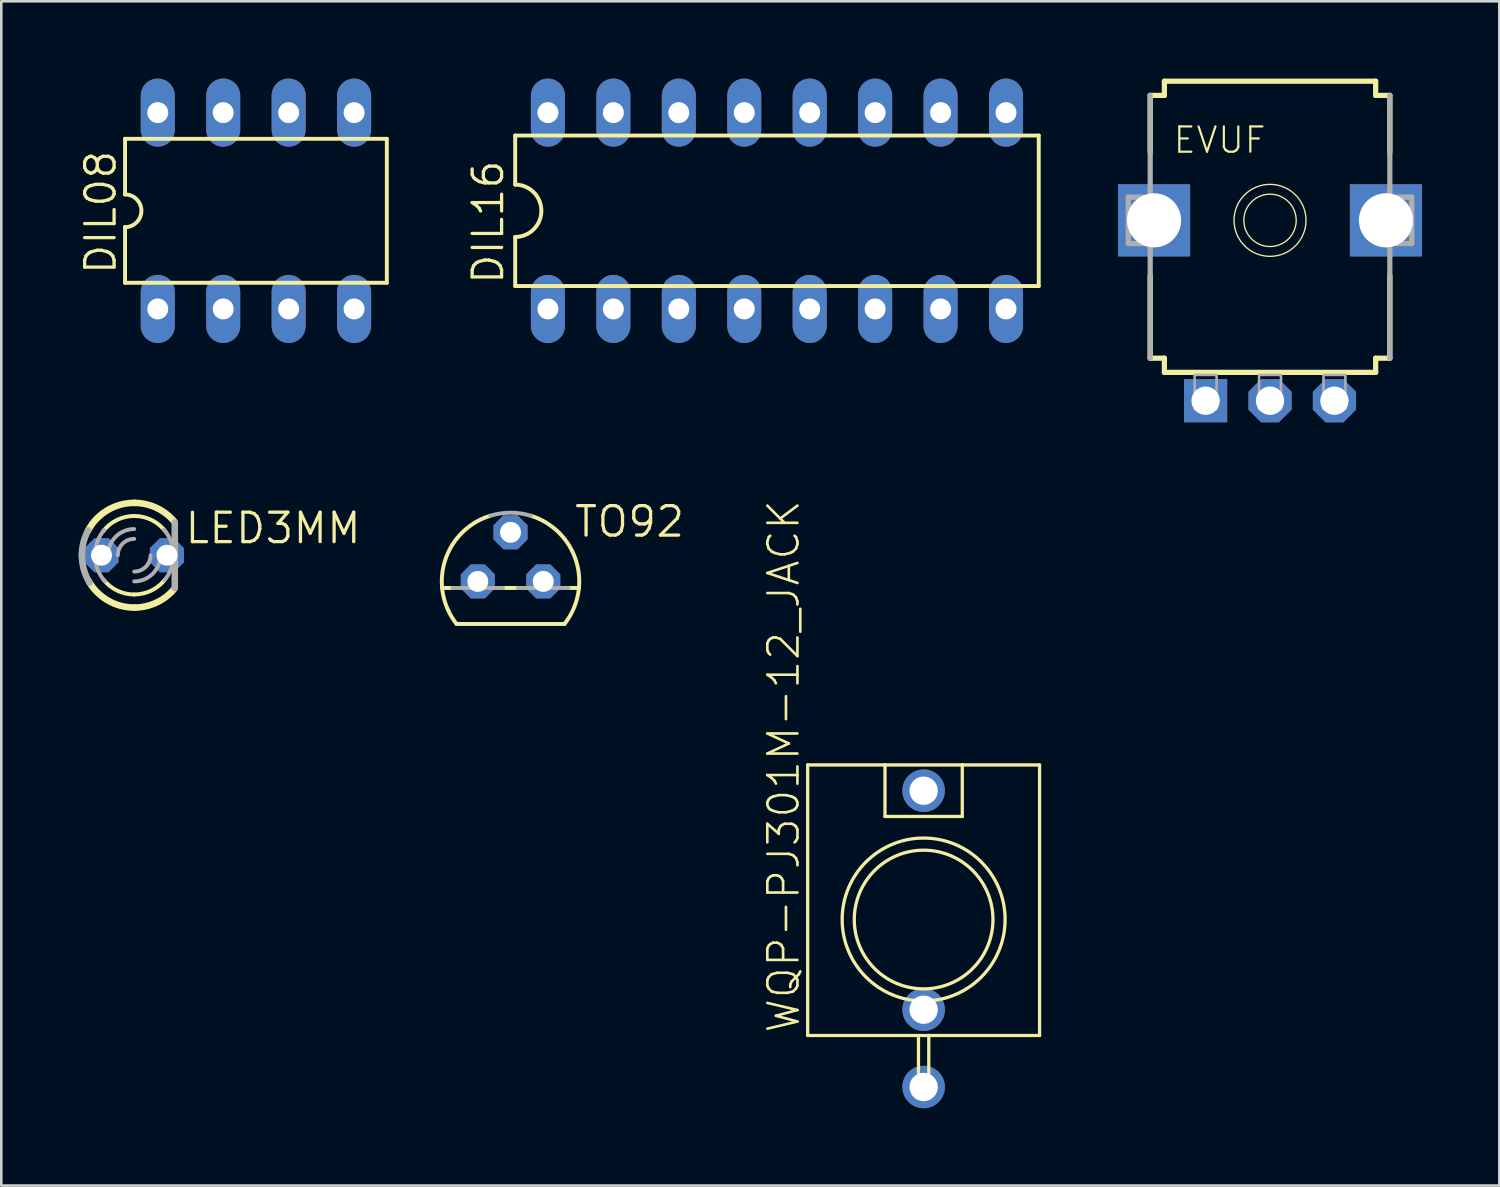
<source format=kicad_pcb>
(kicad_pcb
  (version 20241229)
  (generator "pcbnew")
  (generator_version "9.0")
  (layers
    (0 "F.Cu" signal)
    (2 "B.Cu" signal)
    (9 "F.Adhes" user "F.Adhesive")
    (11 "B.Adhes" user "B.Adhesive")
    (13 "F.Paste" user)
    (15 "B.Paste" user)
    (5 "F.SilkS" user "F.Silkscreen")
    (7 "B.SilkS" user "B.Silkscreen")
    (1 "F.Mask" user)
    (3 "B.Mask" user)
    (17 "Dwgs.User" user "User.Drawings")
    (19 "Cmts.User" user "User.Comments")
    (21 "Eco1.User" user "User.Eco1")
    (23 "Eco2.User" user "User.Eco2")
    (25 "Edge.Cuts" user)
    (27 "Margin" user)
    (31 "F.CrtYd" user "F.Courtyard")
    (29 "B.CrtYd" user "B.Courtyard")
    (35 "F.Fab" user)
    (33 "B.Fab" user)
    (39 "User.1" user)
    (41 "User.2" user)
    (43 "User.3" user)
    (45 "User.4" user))
  (footprint "DIL08"
    (layer "F.Cu")
    (at 6.883 5.131)
    (property "Reference" "DIL08" (at -5.359 2.54 90) (layer "F.SilkS") (effects (font (size 1.143 1.143) (thickness 0.127)) (justify left bottom)))
    (fp_line (start -5.08 -2.794) (end -5.08 -0.635) (stroke (width 0.152) (type solid)) (layer "F.SilkS"))
    (fp_line (start -5.08 0.635) (end -5.08 2.794) (stroke (width 0.152) (type solid)) (layer "F.SilkS"))
    (fp_line (start -5.08 2.794) (end 5.08 2.794) (stroke (width 0.152) (type solid)) (layer "F.SilkS"))
    (fp_line (start 5.08 -2.794) (end -5.08 -2.794) (stroke (width 0.152) (type solid)) (layer "F.SilkS"))
    (fp_line (start 5.08 2.794) (end 5.08 -2.794) (stroke (width 0.152) (type solid)) (layer "F.SilkS"))
    (fp_arc (start -5.08 -0.635) (mid -4.445 0) (end -5.08 0.635) (stroke (width 0.1524) (type solid)) (layer "F.SilkS"))
    (pad "1" thru_hole oval (at -3.81 3.81 90) (size 2.642 1.321) (drill 0.813) (layers "*.Cu" "*.Mask"))
    (pad "2" thru_hole oval (at -1.27 3.81 90) (size 2.642 1.321) (drill 0.813) (layers "*.Cu" "*.Mask"))
    (pad "3" thru_hole oval (at 1.27 3.81 90) (size 2.642 1.321) (drill 0.813) (layers "*.Cu" "*.Mask"))
    (pad "4" thru_hole oval (at 3.81 3.81 90) (size 2.642 1.321) (drill 0.813) (layers "*.Cu" "*.Mask"))
    (pad "5" thru_hole oval (at 3.81 -3.81 90) (size 2.642 1.321) (drill 0.813) (layers "*.Cu" "*.Mask"))
    (pad "6" thru_hole oval (at 1.27 -3.81 90) (size 2.642 1.321) (drill 0.813) (layers "*.Cu" "*.Mask"))
    (pad "7" thru_hole oval (at -1.27 -3.81 90) (size 2.642 1.321) (drill 0.813) (layers "*.Cu" "*.Mask"))
    (pad "8" thru_hole oval (at -3.81 -3.81 90) (size 2.642 1.321) (drill 0.813) (layers "*.Cu" "*.Mask")))
  (footprint "DIL16"
    (layer "F.Cu")
    (at 27.105 5.131)
    (property "Reference" "DIL16" (at -10.541 2.921 90) (layer "F.SilkS") (effects (font (size 1.143 1.143) (thickness 0.127)) (justify left bottom)))
    (fp_line (start -10.16 -2.921) (end -10.16 -1.016) (stroke (width 0.152) (type solid)) (layer "F.SilkS"))
    (fp_line (start -10.16 2.921) (end -10.16 1.016) (stroke (width 0.152) (type solid)) (layer "F.SilkS"))
    (fp_line (start -10.16 2.921) (end 10.16 2.921) (stroke (width 0.152) (type solid)) (layer "F.SilkS"))
    (fp_line (start 10.16 -2.921) (end -10.16 -2.921) (stroke (width 0.152) (type solid)) (layer "F.SilkS"))
    (fp_line (start 10.16 -2.921) (end 10.16 2.921) (stroke (width 0.152) (type solid)) (layer "F.SilkS"))
    (fp_arc (start -10.16 -1.016) (mid -9.144 0) (end -10.16 1.016) (stroke (width 0.1524) (type solid)) (layer "F.SilkS"))
    (pad "1" thru_hole oval (at -8.89 3.81 90) (size 2.642 1.321) (drill 0.813) (layers "*.Cu" "*.Mask"))
    (pad "2" thru_hole oval (at -6.35 3.81 90) (size 2.642 1.321) (drill 0.813) (layers "*.Cu" "*.Mask"))
    (pad "3" thru_hole oval (at -3.81 3.81 90) (size 2.642 1.321) (drill 0.813) (layers "*.Cu" "*.Mask"))
    (pad "4" thru_hole oval (at -1.27 3.81 90) (size 2.642 1.321) (drill 0.813) (layers "*.Cu" "*.Mask"))
    (pad "5" thru_hole oval (at 1.27 3.81 90) (size 2.642 1.321) (drill 0.813) (layers "*.Cu" "*.Mask"))
    (pad "6" thru_hole oval (at 3.81 3.81 90) (size 2.642 1.321) (drill 0.813) (layers "*.Cu" "*.Mask"))
    (pad "7" thru_hole oval (at 6.35 3.81 90) (size 2.642 1.321) (drill 0.813) (layers "*.Cu" "*.Mask"))
    (pad "8" thru_hole oval (at 8.89 3.81 90) (size 2.642 1.321) (drill 0.813) (layers "*.Cu" "*.Mask"))
    (pad "9" thru_hole oval (at 8.89 -3.81 90) (size 2.642 1.321) (drill 0.813) (layers "*.Cu" "*.Mask"))
    (pad "10" thru_hole oval (at 6.35 -3.81 90) (size 2.642 1.321) (drill 0.813) (layers "*.Cu" "*.Mask"))
    (pad "11" thru_hole oval (at 3.81 -3.81 90) (size 2.642 1.321) (drill 0.813) (layers "*.Cu" "*.Mask"))
    (pad "12" thru_hole oval (at 1.27 -3.81 90) (size 2.642 1.321) (drill 0.813) (layers "*.Cu" "*.Mask"))
    (pad "13" thru_hole oval (at -1.27 -3.81 90) (size 2.642 1.321) (drill 0.813) (layers "*.Cu" "*.Mask"))
    (pad "14" thru_hole oval (at -3.81 -3.81 90) (size 2.642 1.321) (drill 0.813) (layers "*.Cu" "*.Mask"))
    (pad "15" thru_hole oval (at -6.35 -3.81 90) (size 2.642 1.321) (drill 0.813) (layers "*.Cu" "*.Mask"))
    (pad "16" thru_hole oval (at -8.89 -3.81 90) (size 2.642 1.321) (drill 0.813) (layers "*.Cu" "*.Mask")))
  (footprint "WQP-PJ301M-12_JACK"
    (layer "F.Cu")
    (at 32.797 32.638)
    (property "Reference" "WQP-PJ301M-12_JACK" (at -4.75 4.47 90) (layer "F.SilkS") (effects (font (size 1.168 1.168) (thickness 0.102)) (justify left bottom)))
    (fp_line (start -4.5 -6) (end -4.5 4.5) (stroke (width 0.127) (type solid)) (layer "F.SilkS"))
    (fp_line (start -4.5 -6) (end -1.5 -6) (stroke (width 0.127) (type solid)) (layer "F.SilkS"))
    (fp_line (start -4.5 4.5) (end 0.2 4.5) (stroke (width 0.127) (type solid)) (layer "F.SilkS"))
    (fp_line (start -1.5 -6) (end -1.5 -4) (stroke (width 0.127) (type solid)) (layer "F.SilkS"))
    (fp_line (start -1.5 -6) (end 1.5 -6) (stroke (width 0.127) (type solid)) (layer "F.SilkS"))
    (fp_line (start -1.5 -4) (end 1.5 -4) (stroke (width 0.127) (type solid)) (layer "F.SilkS"))
    (fp_line (start -0.2 4.6) (end -0.2 6.7) (stroke (width 0.127) (type solid)) (layer "F.SilkS"))
    (fp_line (start -0.2 6.7) (end 0.2 6.7) (stroke (width 0.127) (type solid)) (layer "F.SilkS"))
    (fp_line (start 0.2 4.5) (end 4.5 4.5) (stroke (width 0.127) (type solid)) (layer "F.SilkS"))
    (fp_line (start 0.2 6.7) (end 0.2 4.5) (stroke (width 0.127) (type solid)) (layer "F.SilkS"))
    (fp_line (start 1.5 -6) (end 4.5 -6) (stroke (width 0.127) (type solid)) (layer "F.SilkS"))
    (fp_line (start 1.5 -4) (end 1.5 -6) (stroke (width 0.127) (type solid)) (layer "F.SilkS"))
    (fp_line (start 4.5 4.5) (end 4.5 -6) (stroke (width 0.127) (type solid)) (layer "F.SilkS"))
    (fp_circle (center 0 0) (end 2.691 0) (stroke (width 0.127) (type solid)) (fill no) (layer "F.SilkS"))
    (fp_circle (center 0 0) (end 3.162 0) (stroke (width 0.127) (type solid)) (fill no) (layer "F.SilkS"))
    (pad "P$1" thru_hole circle (at 0 -5) (size 1.65 1.65) (drill 1.1) (layers "*.Cu" "*.Mask"))
    (pad "P$2" thru_hole circle (at 0 3.5) (size 1.65 1.65) (drill 1.1) (layers "*.Cu" "*.Mask"))
    (pad "P$3" thru_hole circle (at 0 6.5) (size 1.65 1.65) (drill 1.1) (layers "*.Cu" "*.Mask"))
    (zone (net_name "") (layer "F.Cu") (hatch edge 0.508) (connect_pads) (min_thickness 0.254) (filled_areas_thickness no) (keepout (tracks not_allowed) (vias not_allowed) (pads not_allowed) (copperpour not_allowed) (footprints allowed)) (placement (enabled no)) (fill) (polygon (pts (xy 29.997 35.438) (xy 35.597 35.438) (xy 35.597 29.838) (xy 29.997 29.838)))))
  (footprint "TO92"
    (layer "F.Cu")
    (at 16.764 19.515)
    (property "Reference" "TO92" (at 2.413 -1.651 0) (layer "F.SilkS") (effects (font (size 1.143 1.143) (thickness 0.127)) (justify left bottom)))
    (fp_line (start -2.655 0.254) (end -2.254 0.254) (stroke (width 0.152) (type solid)) (layer "F.SilkS"))
    (fp_line (start -2.095 1.651) (end 2.095 1.651) (stroke (width 0.152) (type solid)) (layer "F.SilkS"))
    (fp_line (start -0.286 0.254) (end 0.286 0.254) (stroke (width 0.152) (type solid)) (layer "F.SilkS"))
    (fp_line (start 2.254 0.254) (end 2.655 0.254) (stroke (width 0.152) (type solid)) (layer "F.SilkS"))
    (fp_arc (start -2.095 1.651) (mid -2.546798 -0.793169) (end -0.786898 -2.5484) (stroke (width 0.1524) (type solid)) (layer "F.SilkS"))
    (fp_arc (start 0.7869 -2.5484) (mid 2.546798 -0.793168) (end 2.094999 1.651001) (stroke (width 0.1524) (type solid)) (layer "F.SilkS"))
    (fp_line (start -2.254 0.254) (end -0.286 0.254) (stroke (width 0.152) (type solid)) (layer "F.Fab"))
    (fp_line (start 0.286 0.254) (end 2.254 0.254) (stroke (width 0.152) (type solid)) (layer "F.Fab"))
    (fp_arc (start -0.7864 -2.5484) (mid 0 -2.666977) (end 0.7864 -2.5484) (stroke (width 0.1524) (type solid)) (layer "F.Fab"))
    (pad "1" thru_hole roundrect (at -1.27 0) (size 1.321 1.321) (drill 0.813) (layers "*.Cu" "*.Mask") (roundrect_rratio 0.25) (chamfer_ratio 0.293) (chamfer top_left top_right bottom_left bottom_right))
    (pad "2" thru_hole roundrect (at 0 -1.905) (size 1.321 1.321) (drill 0.813) (layers "*.Cu" "*.Mask") (roundrect_rratio 0.25) (chamfer_ratio 0.293) (chamfer top_left top_right bottom_left bottom_right))
    (pad "3" thru_hole roundrect (at 1.27 0) (size 1.321 1.321) (drill 0.813) (layers "*.Cu" "*.Mask") (roundrect_rratio 0.25) (chamfer_ratio 0.293) (chamfer top_left top_right bottom_left bottom_right)))
  (footprint "LED3MM"
    (layer "F.Cu")
    (at 2.159 18.499)
    (property "Reference" "LED3MM" (at 1.905 -0.381 0) (layer "F.SilkS") (effects (font (size 1.143 1.143) (thickness 0.127)) (justify left bottom)))
    (fp_arc (start -1.7929 -0.9562) (mid -1.045438 -1.7424) (end 0 -2.032) (stroke (width 0.254) (type solid)) (layer "F.SilkS"))
    (fp_arc (start -1.2192 -0.9144) (mid -0.681554 -1.363107) (end 0 -1.524) (stroke (width 0.1524) (type solid)) (layer "F.SilkS"))
    (fp_arc (start 0 -2.032) (mid 0.861864 -1.840173) (end 1.561 -1.3009) (stroke (width 0.254) (type solid)) (layer "F.SilkS"))
    (fp_arc (start 0 -1.524) (mid 0.697339 -1.355082) (end 1.2401 -0.885801) (stroke (width 0.1524) (type solid)) (layer "F.SilkS"))
    (fp_arc (start 0 1.524) (mid -0.669593 1.369018) (end -1.203 0.9356) (stroke (width 0.1524) (type solid)) (layer "F.SilkS"))
    (fp_arc (start 0 2.032) (mid -1.019924 1.757525) (end -1.7643 1.0082) (stroke (width 0.254) (type solid)) (layer "F.SilkS"))
    (fp_arc (start 1.203 0.9356) (mid 0.669593 1.369018) (end 0 1.524) (stroke (width 0.1524) (type solid)) (layer "F.SilkS"))
    (fp_arc (start 1.5512 1.3126) (mid 0.854953 1.843405) (end 0 2.032) (stroke (width 0.254) (type solid)) (layer "F.SilkS"))
    (fp_line (start 1.575 1.27) (end 1.575 -1.27) (stroke (width 0.254) (type solid)) (layer "F.Fab"))
    (fp_arc (start -2.032 0) (mid -1.970339 -0.496775) (end -1.7891 -0.9634) (stroke (width 0.254) (type solid)) (layer "F.Fab"))
    (fp_arc (start -1.7306 1.065) (mid -1.95521 0.553417) (end -2.032 0) (stroke (width 0.254) (type solid)) (layer "F.Fab"))
    (fp_arc (start -1.524 0) (mid -1.432981 -0.518783) (end -1.1708 -0.9756) (stroke (width 0.1524) (type solid)) (layer "F.Fab"))
    (fp_arc (start -1.1391 1.0125) (mid -1.42454 0.5416) (end -1.524 0) (stroke (width 0.1524) (type solid)) (layer "F.Fab"))
    (fp_arc (start -1.016 0) (mid -0.71842 -0.71842) (end 0 -1.016) (stroke (width 0.1524) (type solid)) (layer "F.Fab"))
    (fp_arc (start -0.635 0) (mid -0.449013 -0.449013) (end 0 -0.635) (stroke (width 0.1524) (type solid)) (layer "F.Fab"))
    (fp_arc (start 0.635 0) (mid 0.449013 0.449013) (end 0 0.635) (stroke (width 0.1524) (type solid)) (layer "F.Fab"))
    (fp_arc (start 1.016 0) (mid 0.71842 0.71842) (end 0 1.016) (stroke (width 0.1524) (type solid)) (layer "F.Fab"))
    (fp_arc (start 1.1571 -0.9918) (mid 1.429332 -0.528744) (end 1.524 0) (stroke (width 0.1524) (type solid)) (layer "F.Fab"))
    (fp_arc (start 1.524 0) (mid 1.432981 0.518783) (end 1.1708 0.9756) (stroke (width 0.1524) (type solid)) (layer "F.Fab"))
    (pad "A" thru_hole roundrect (at -1.27 0) (size 1.321 1.321) (drill 0.813) (layers "*.Cu" "*.Mask") (roundrect_rratio 0.25) (chamfer_ratio 0.293) (chamfer top_left top_right bottom_left bottom_right))
    (pad "K" thru_hole roundrect (at 1.27 0) (size 1.321 1.321) (drill 0.813) (layers "*.Cu" "*.Mask") (roundrect_rratio 0.25) (chamfer_ratio 0.293) (chamfer top_left top_right bottom_left bottom_right)))
  (footprint "EVUF"
    (layer "F.Cu")
    (at 46.241 5.502)
    (property "Reference" "EVUF" (at -3.81 -2.54 0) (layer "F.SilkS") (effects (font (size 0.981 0.981) (thickness 0.085)) (justify left bottom)))
    (fp_line (start -4.65 -2.65) (end -4.65 -4.85) (stroke (width 0.203) (type solid)) (layer "F.SilkS"))
    (fp_line (start -4.65 5.35) (end -4.65 2.15) (stroke (width 0.203) (type solid)) (layer "F.SilkS"))
    (fp_line (start -4.65 5.35) (end -4.1 5.35) (stroke (width 0.203) (type solid)) (layer "F.SilkS"))
    (fp_line (start -4.1 -5.4) (end -4.1 -4.85) (stroke (width 0.203) (type solid)) (layer "F.SilkS"))
    (fp_line (start -4.1 -5.4) (end 4.1 -5.4) (stroke (width 0.203) (type solid)) (layer "F.SilkS"))
    (fp_line (start -4.1 -4.85) (end -4.65 -4.85) (stroke (width 0.203) (type solid)) (layer "F.SilkS"))
    (fp_line (start -4.1 5.35) (end -4.1 5.9) (stroke (width 0.203) (type solid)) (layer "F.SilkS"))
    (fp_line (start 4.1 -4.85) (end 4.1 -5.4) (stroke (width 0.203) (type solid)) (layer "F.SilkS"))
    (fp_line (start 4.1 5.35) (end 4.65 5.35) (stroke (width 0.203) (type solid)) (layer "F.SilkS"))
    (fp_line (start 4.1 5.9) (end -4.1 5.9) (stroke (width 0.203) (type solid)) (layer "F.SilkS"))
    (fp_line (start 4.1 5.9) (end 4.1 5.35) (stroke (width 0.203) (type solid)) (layer "F.SilkS"))
    (fp_line (start 4.65 -4.85) (end 4.1 -4.85) (stroke (width 0.203) (type solid)) (layer "F.SilkS"))
    (fp_line (start 4.65 -4.85) (end 4.65 -2.65) (stroke (width 0.203) (type solid)) (layer "F.SilkS"))
    (fp_line (start 4.65 2.15) (end 4.65 5.35) (stroke (width 0.203) (type solid)) (layer "F.SilkS"))
    (fp_circle (center 0 0) (end 1.016 0) (stroke (width 0.051) (type solid)) (fill no) (layer "F.SilkS"))
    (fp_circle (center 0 0) (end 1.397 0) (stroke (width 0.051) (type solid)) (fill no) (layer "F.SilkS"))
    (fp_line (start -5.5 -0.9) (end -5.5 0.9) (stroke (width 0.203) (type solid)) (layer "F.Fab"))
    (fp_line (start -5.5 0.9) (end -4.75 0.9) (stroke (width 0.203) (type solid)) (layer "F.Fab"))
    (fp_line (start -4.75 -0.9) (end -5.5 -0.9) (stroke (width 0.203) (type solid)) (layer "F.Fab"))
    (fp_line (start -4.65 5.35) (end -4.65 -4.85) (stroke (width 0.203) (type solid)) (layer "F.Fab"))
    (fp_line (start 4.65 -4.85) (end 4.65 5.35) (stroke (width 0.203) (type solid)) (layer "F.Fab"))
    (fp_line (start 4.75 0.9) (end 5.5 0.9) (stroke (width 0.203) (type solid)) (layer "F.Fab"))
    (fp_line (start 5.5 -0.9) (end 4.75 -0.9) (stroke (width 0.203) (type solid)) (layer "F.Fab"))
    (fp_line (start 5.5 0.9) (end 5.5 -0.9) (stroke (width 0.203) (type solid)) (layer "F.Fab"))
    (fp_poly (pts (xy -2.925 7.325) (xy -2.075 7.325) (xy -2.075 6) (xy -2.925 6)) (stroke (width 0.1) (type solid)) (fill no) (layer "F.Fab"))
    (fp_poly (pts (xy -0.425 7.325) (xy 0.425 7.325) (xy 0.425 6) (xy -0.425 6)) (stroke (width 0.1) (type solid)) (fill no) (layer "F.Fab"))
    (fp_poly (pts (xy 2.075 7.325) (xy 2.925 7.325) (xy 2.925 6) (xy 2.075 6)) (stroke (width 0.1) (type solid)) (fill no) (layer "F.Fab"))
    (pad "1" thru_hole rect (at -2.5 7 270) (size 1.676 1.676) (drill 1.1) (layers "*.Cu" "*.Mask"))
    (pad "2" thru_hole roundrect (at 0 7 270) (size 1.676 1.676) (drill 1.1) (layers "*.Cu" "*.Mask") (roundrect_rratio 0.25) (chamfer_ratio 0.293) (chamfer top_left top_right bottom_left bottom_right))
    (pad "3" thru_hole roundrect (at 2.5 7 270) (size 1.676 1.676) (drill 1.1) (layers "*.Cu" "*.Mask") (roundrect_rratio 0.25) (chamfer_ratio 0.293) (chamfer top_left top_right bottom_left bottom_right))
    (pad "M1" thru_hole rect (at 4.5 0 270) (size 2.8 2.8) (drill 2.1) (layers "*.Cu" "*.Mask"))
    (pad "M2" thru_hole rect (at -4.5 0 270) (size 2.8 2.8) (drill 2.1) (layers "*.Cu" "*.Mask")))
  (gr_rect
    (start -3 -3)
    (end 55.141 42.963)
    (stroke (width 0.1) (type default))
    (fill no)
    (layer "Edge.Cuts")))
</source>
